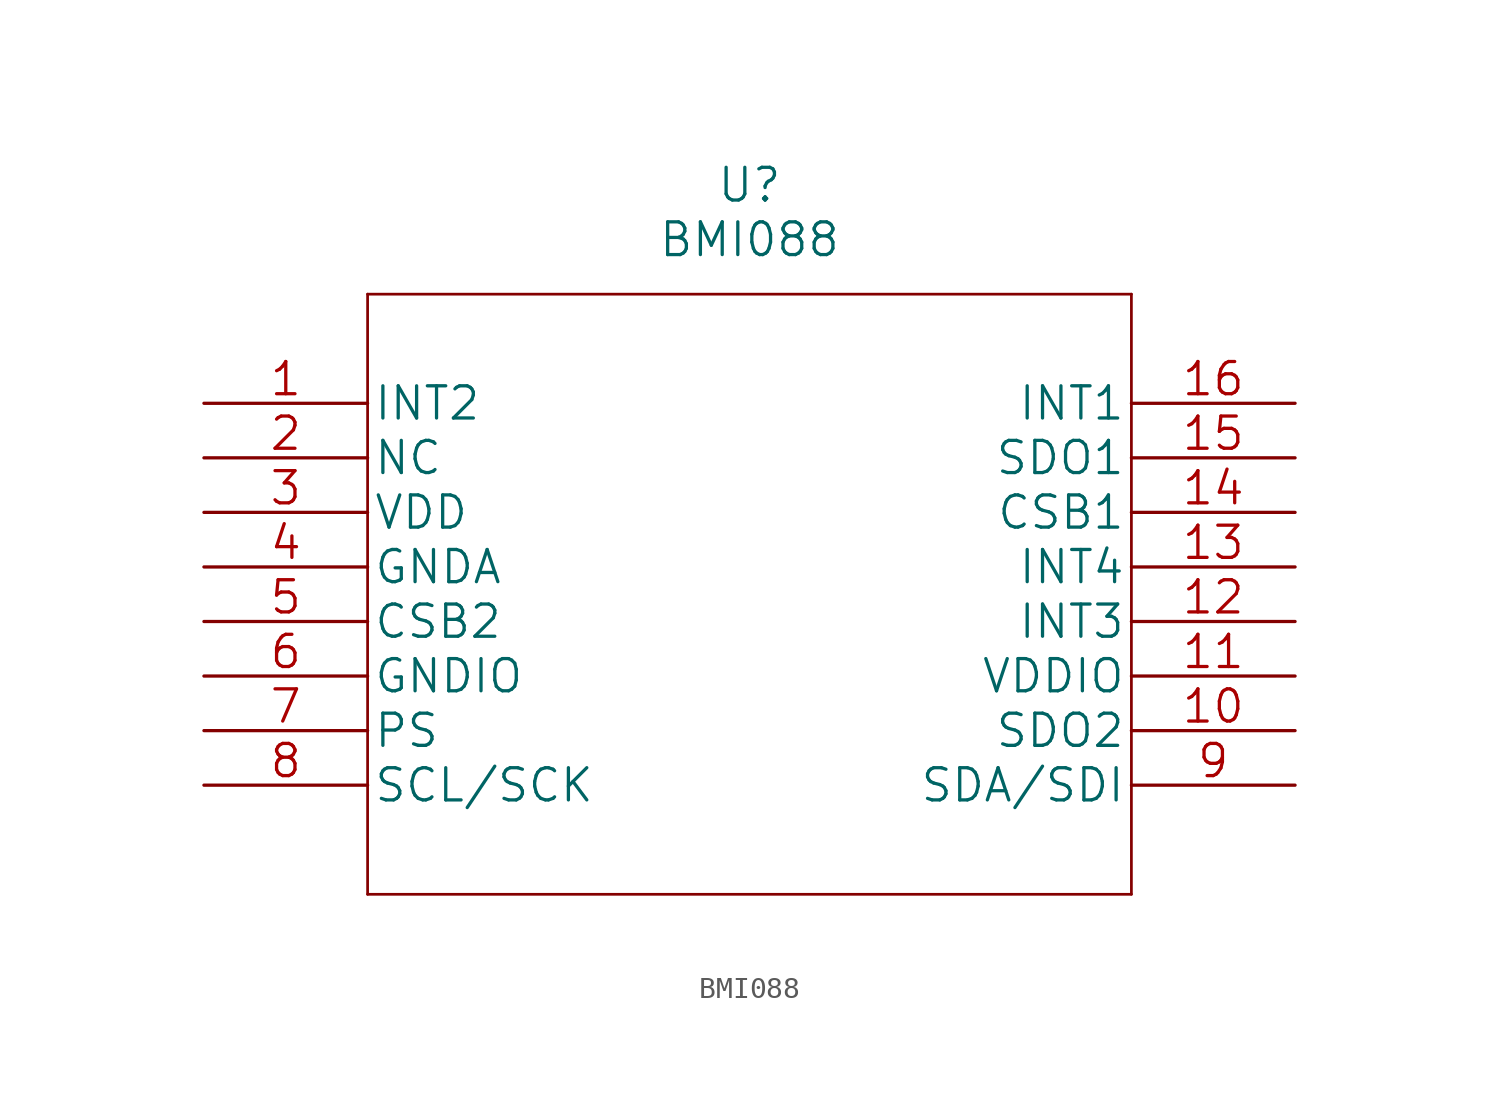
<source format=kicad_sym>
(kicad_symbol_lib
  (version 20211014)
  (generator kicad_symbol_editor)
  (symbol "BMI088"
    (pin_names
      (offset 0.254))
    (property "Reference" "U"
      (at 25.4 10.16 0)
      (effects (font (size 1.524 1.524))))
    (property "Value" "BMI088"
      (at 25.4 7.62 0)
      (effects (font (size 1.524 1.524))))
    (property "Datasheet" ""
      (at 0 0 0)
      (effects (font (size 1.524 1.524))))
    (property "ki_locked" ""
      (at 0 0 0)
      (effects (font (size 1.27 1.27))))
    (symbol "BMI088_1_1"
      (polyline (pts (xy 7.62 -22.86) (xy 43.18 -22.86)) (stroke (width 0.127) (type default) (color 0 0 0 0)) (fill (type none)))
      (polyline (pts (xy 7.62 5.08) (xy 7.62 -22.86)) (stroke (width 0.127) (type default) (color 0 0 0 0)) (fill (type none)))
      (polyline (pts (xy 43.18 -22.86) (xy 43.18 5.08)) (stroke (width 0.127) (type default) (color 0 0 0 0)) (fill (type none)))
      (polyline (pts (xy 43.18 5.08) (xy 7.62 5.08)) (stroke (width 0.127) (type default) (color 0 0 0 0)) (fill (type none)))
      (pin bidirectional line (at 0 0 0) (length 7.62) (name "INT2" (effects (font (size 1.499 1.499)))) (number "1" (effects (font (size 1.499 1.499)))))
      (pin bidirectional line (at 50.8 -15.24 180) (length 7.62) (name "SDO2" (effects (font (size 1.499 1.499)))) (number "10" (effects (font (size 1.499 1.499)))))
      (pin power_in line (at 50.8 -12.7 180) (length 7.62) (name "VDDIO" (effects (font (size 1.499 1.499)))) (number "11" (effects (font (size 1.499 1.499)))))
      (pin bidirectional line (at 50.8 -10.16 180) (length 7.62) (name "INT3" (effects (font (size 1.499 1.499)))) (number "12" (effects (font (size 1.499 1.499)))))
      (pin bidirectional line (at 50.8 -7.62 180) (length 7.62) (name "INT4" (effects (font (size 1.499 1.499)))) (number "13" (effects (font (size 1.499 1.499)))))
      (pin bidirectional line (at 50.8 -5.08 180) (length 7.62) (name "CSB1" (effects (font (size 1.499 1.499)))) (number "14" (effects (font (size 1.499 1.499)))))
      (pin bidirectional line (at 50.8 -2.54 180) (length 7.62) (name "SDO1" (effects (font (size 1.499 1.499)))) (number "15" (effects (font (size 1.499 1.499)))))
      (pin bidirectional line (at 50.8 0 180) (length 7.62) (name "INT1" (effects (font (size 1.499 1.499)))) (number "16" (effects (font (size 1.499 1.499)))))
      (pin passive line (at 0 -2.54 0) (length 7.62) (name "NC" (effects (font (size 1.499 1.499)))) (number "2" (effects (font (size 1.499 1.499)))))
      (pin power_in line (at 0 -5.08 0) (length 7.62) (name "VDD" (effects (font (size 1.499 1.499)))) (number "3" (effects (font (size 1.499 1.499)))))
      (pin power_in line (at 0 -7.62 0) (length 7.62) (name "GNDA" (effects (font (size 1.499 1.499)))) (number "4" (effects (font (size 1.499 1.499)))))
      (pin bidirectional line (at 0 -10.16 0) (length 7.62) (name "CSB2" (effects (font (size 1.499 1.499)))) (number "5" (effects (font (size 1.499 1.499)))))
      (pin power_in line (at 0 -12.7 0) (length 7.62) (name "GNDIO" (effects (font (size 1.499 1.499)))) (number "6" (effects (font (size 1.499 1.499)))))
      (pin power_in line (at 0 -15.24 0) (length 7.62) (name "PS" (effects (font (size 1.499 1.499)))) (number "7" (effects (font (size 1.499 1.499)))))
      (pin bidirectional line (at 0 -17.78 0) (length 7.62) (name "SCL/SCK" (effects (font (size 1.499 1.499)))) (number "8" (effects (font (size 1.499 1.499)))))
      (pin bidirectional line (at 50.8 -17.78 180) (length 7.62) (name "SDA/SDI" (effects (font (size 1.499 1.499)))) (number "9" (effects (font (size 1.499 1.499))))))))
</source>
